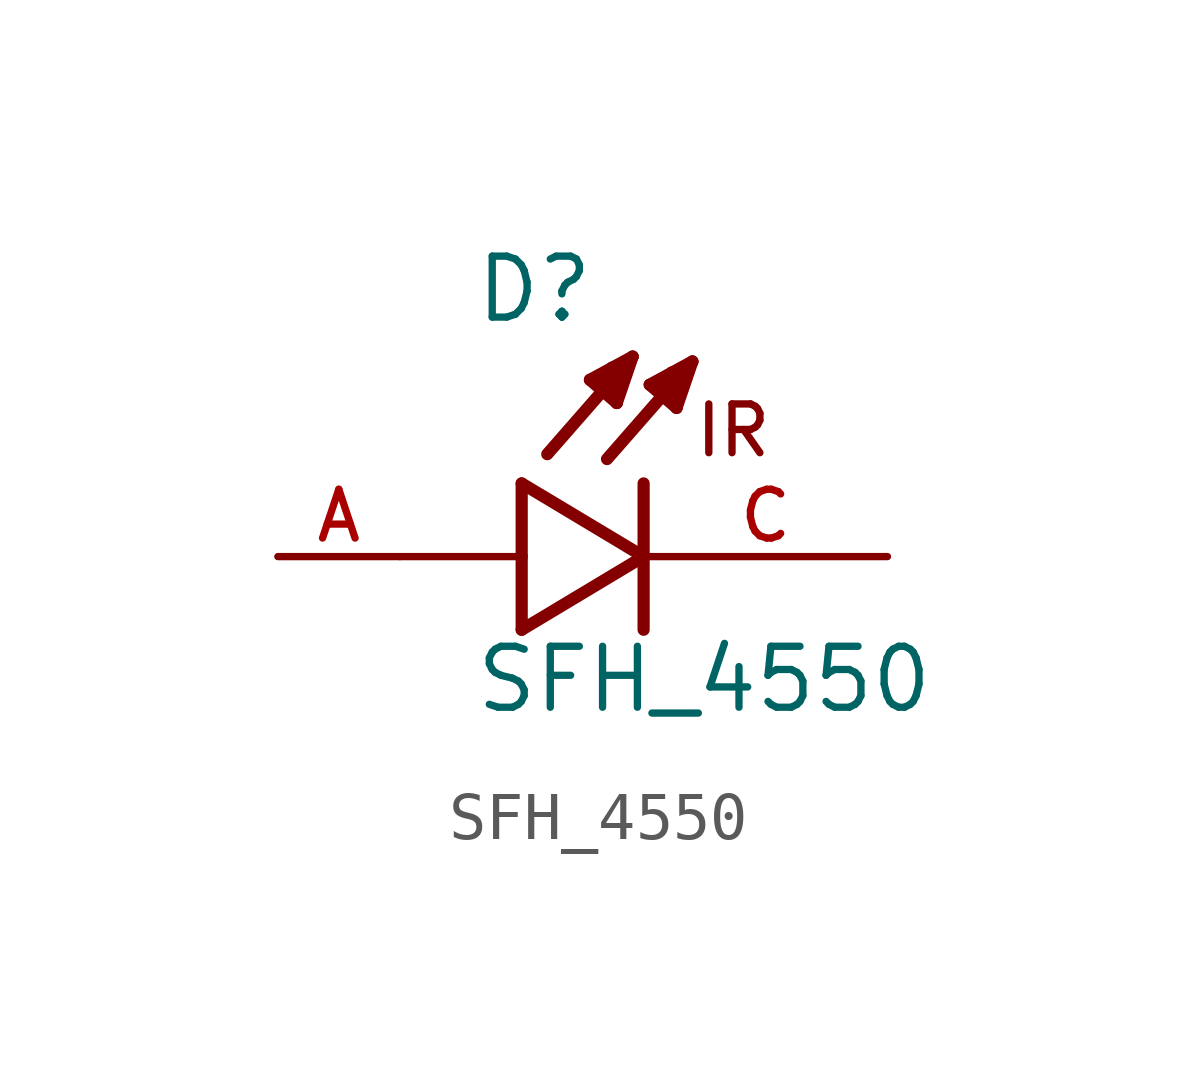
<source format=kicad_sym>
(kicad_symbol_lib
  (version 20211014)
  (generator kicad_symbol_editor)
  (symbol "SFH_4550"
    (pin_names
      (offset 1.016))
    (property "Reference" "D"
      (at -3.556 4.826 0)
      (effects (font (size 1.27 1.27)) (justify bottom left)))
    (property "Value" "SFH_4550"
      (at -3.556 -3.302 0)
      (effects (font (size 1.27 1.27)) (justify bottom left)))
    (symbol "SFH_4550_0_0"
      (polyline (pts (xy -2.54 1.524) (xy -2.54 0.0)) (stroke (width 0.254)))
      (polyline (pts (xy -2.54 0.0) (xy -2.54 -1.524)) (stroke (width 0.254)))
      (polyline (pts (xy -2.54 -1.524) (xy 0.0 0.0)) (stroke (width 0.254)))
      (polyline (pts (xy 0.0 0.0) (xy -2.54 1.524)) (stroke (width 0.254)))
      (polyline (pts (xy 0.0 1.524) (xy 0.0 -1.524)) (stroke (width 0.254)))
      (polyline (pts (xy -2.54 0.0) (xy -5.08 0.0)) (stroke (width 0.152)))
      (text "IR" (at 1.016 2.032 0) (effects (font (size 1.016 1.016)) (justify bottom left)))
      (polyline (pts (xy 1.016 4.064) (xy -0.762 2.032)) (stroke (width 0.254)))
      (polyline (pts (xy 0.686 3.099) (xy 0.127 3.581)) (stroke (width 0.254)))
      (polyline (pts (xy 0.127 3.581) (xy 1.016 4.064)) (stroke (width 0.254)))
      (polyline (pts (xy 1.016 4.064) (xy 0.686 3.099)) (stroke (width 0.254)))
      (polyline (pts (xy 0.686 3.099) (xy 0.711 3.835)) (stroke (width 0.254)))
      (polyline (pts (xy 0.711 3.835) (xy 0.584 3.835)) (stroke (width 0.254)))
      (polyline (pts (xy 0.305 3.505) (xy 0.533 3.658)) (stroke (width 0.254)))
      (polyline (pts (xy -0.229 4.166) (xy -2.007 2.134)) (stroke (width 0.254)))
      (polyline (pts (xy -0.559 3.2) (xy -1.118 3.683)) (stroke (width 0.254)))
      (polyline (pts (xy -1.118 3.683) (xy -0.229 4.166)) (stroke (width 0.254)))
      (polyline (pts (xy -0.229 4.166) (xy -0.559 3.2)) (stroke (width 0.254)))
      (polyline (pts (xy -0.559 3.2) (xy -0.533 3.937)) (stroke (width 0.254)))
      (polyline (pts (xy -0.533 3.937) (xy -0.66 3.937)) (stroke (width 0.254)))
      (polyline (pts (xy -0.94 3.607) (xy -0.711 3.759)) (stroke (width 0.254)))
      (pin passive line (at -7.62 0.0 0) (length 2.54) (name "~" (effects (font (size 1.016 1.016)))) (number "A" (effects (font (size 1.016 1.016)))))
      (pin passive line (at 5.08 0.0 180.0) (length 5.08) (name "~" (effects (font (size 1.016 1.016)))) (number "C" (effects (font (size 1.016 1.016))))))))
</source>
